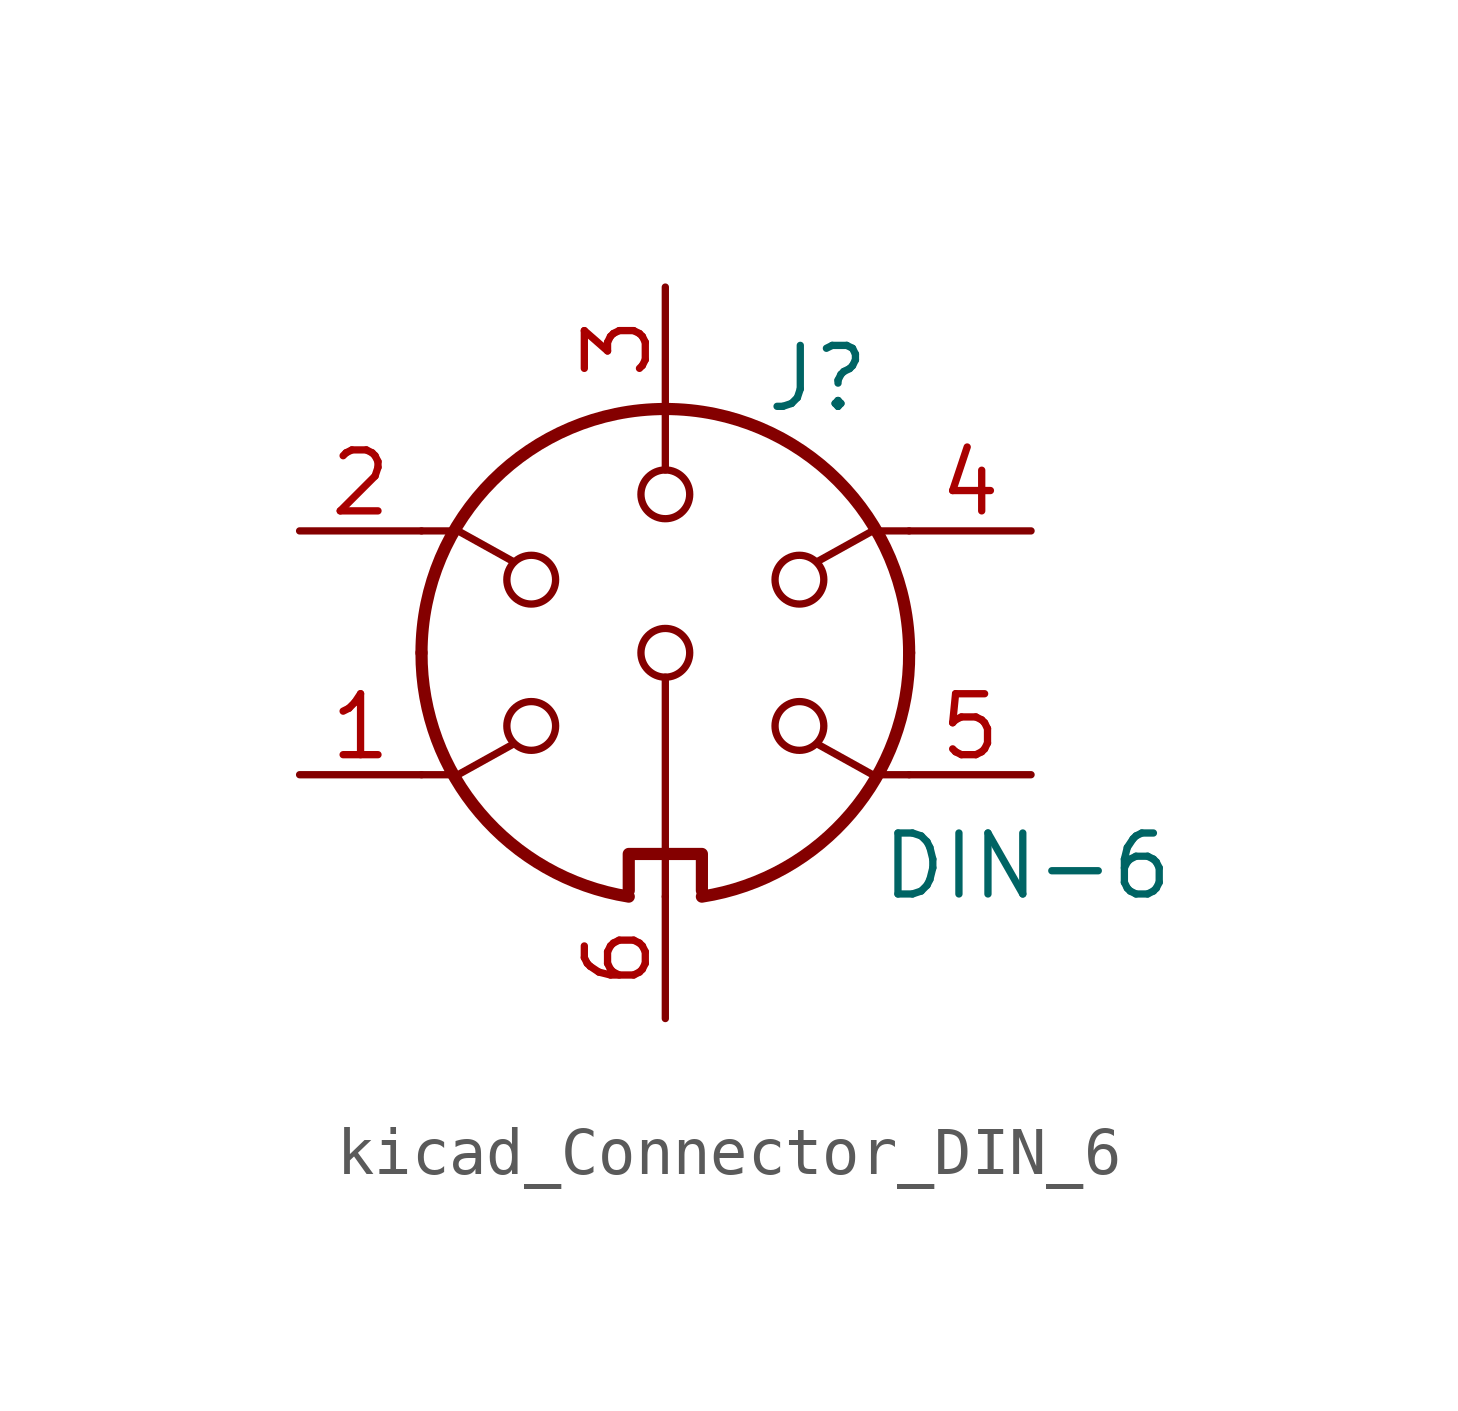
<source format=kicad_sym>
(kicad_symbol_lib
  (version 20220914)
  (generator kicad_symbol_editor)
  (symbol "kicad_Connector_DIN_6"
    (pin_names
      (offset 1.016))
    (property "Reference" "J"
      (at 3.175 5.715 0)
      (effects (font (size 1.27 1.27))))
    (property "Value" "DIN-6"
      (at 4.445 -4.445 0)
      (effects (font (size 1.27 1.27)) (justify left)))
    (symbol "kicad_Connector_DIN_6_0_1"
      (arc (start -5.08 0) (mid -3.8609 -3.3364) (end -0.762 -5.08) (stroke (width 0.254) (type default)) (fill (type none)))
      (circle (center -2.794 -1.524) (radius 0.508) (stroke (width 0) (type default)) (fill (type none)))
      (circle (center -2.794 1.524) (radius 0.508) (stroke (width 0) (type default)) (fill (type none)))
      (polyline (pts (xy 0 -5.08) (xy 0 -0.508)) (stroke (width 0) (type default)) (fill (type none)))
      (polyline (pts (xy 0 5.08) (xy 0 3.81)) (stroke (width 0) (type default)) (fill (type none)))
      (polyline (pts (xy -5.08 -2.54) (xy -4.318 -2.54) (xy -3.175 -1.905)) (stroke (width 0) (type default)) (fill (type none)))
      (polyline (pts (xy -5.08 2.54) (xy -4.318 2.54) (xy -3.175 1.905)) (stroke (width 0) (type default)) (fill (type none)))
      (polyline (pts (xy 5.08 -2.54) (xy 4.318 -2.54) (xy 3.175 -1.905)) (stroke (width 0) (type default)) (fill (type none)))
      (polyline (pts (xy 5.08 2.54) (xy 4.318 2.54) (xy 3.175 1.905)) (stroke (width 0) (type default)) (fill (type none)))
      (polyline (pts (xy -0.762 -4.953) (xy -0.762 -4.191) (xy 0.762 -4.191) (xy 0.762 -4.953)) (stroke (width 0.254) (type default)) (fill (type none)))
      (circle (center 0 0) (radius 0.508) (stroke (width 0) (type default)) (fill (type none)))
      (circle (center 0 3.302) (radius 0.508) (stroke (width 0) (type default)) (fill (type none)))
      (arc (start 0.762 -5.08) (mid 3.8685 -3.343) (end 5.08 0) (stroke (width 0.254) (type default)) (fill (type none)))
      (circle (center 2.794 -1.524) (radius 0.508) (stroke (width 0) (type default)) (fill (type none)))
      (circle (center 2.794 1.524) (radius 0.508) (stroke (width 0) (type default)) (fill (type none)))
      (arc (start 5.08 0) (mid 0 5.0579) (end -5.08 0) (stroke (width 0.254) (type default)) (fill (type none))))
    (symbol "kicad_Connector_DIN_6_1_1"
      (pin passive line (at -7.62 -2.54 0) (length 2.54) (name "~" (effects (font (size 1.27 1.27)))) (number "1" (effects (font (size 1.27 1.27)))))
      (pin passive line (at -7.62 2.54 0) (length 2.54) (name "~" (effects (font (size 1.27 1.27)))) (number "2" (effects (font (size 1.27 1.27)))))
      (pin passive line (at 0 7.62 270) (length 2.54) (name "~" (effects (font (size 1.27 1.27)))) (number "3" (effects (font (size 1.27 1.27)))))
      (pin passive line (at 7.62 2.54 180) (length 2.54) (name "~" (effects (font (size 1.27 1.27)))) (number "4" (effects (font (size 1.27 1.27)))))
      (pin passive line (at 7.62 -2.54 180) (length 2.54) (name "~" (effects (font (size 1.27 1.27)))) (number "5" (effects (font (size 1.27 1.27)))))
      (pin passive line (at 0 -7.62 90) (length 2.54) (name "~" (effects (font (size 1.27 1.27)))) (number "6" (effects (font (size 1.27 1.27))))))))
</source>
